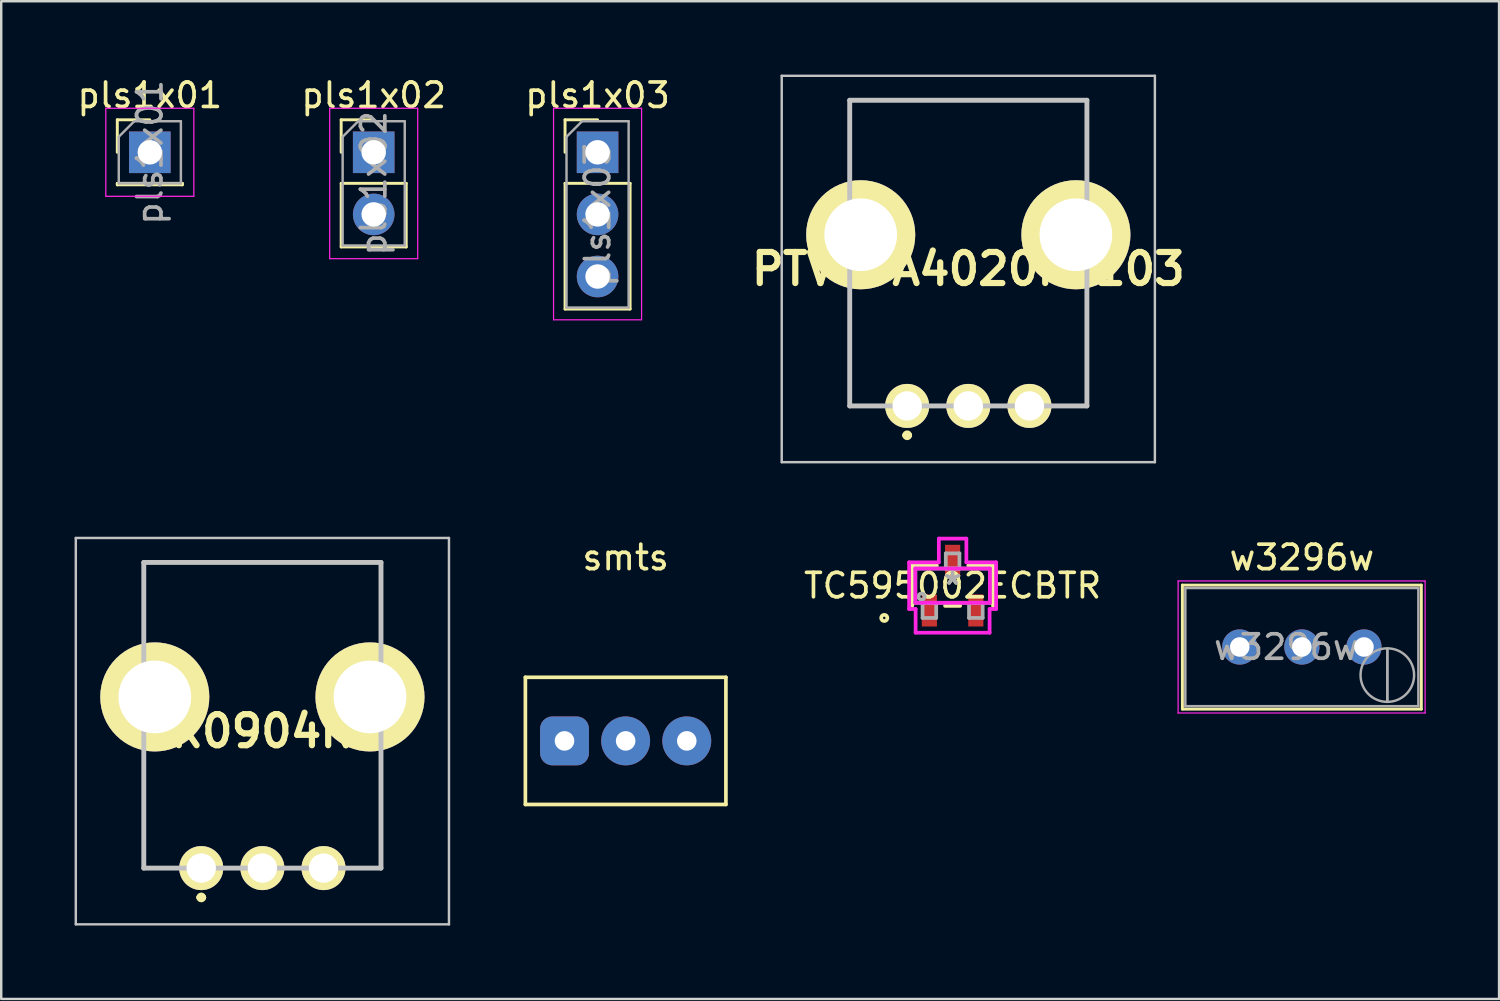
<source format=kicad_pcb>
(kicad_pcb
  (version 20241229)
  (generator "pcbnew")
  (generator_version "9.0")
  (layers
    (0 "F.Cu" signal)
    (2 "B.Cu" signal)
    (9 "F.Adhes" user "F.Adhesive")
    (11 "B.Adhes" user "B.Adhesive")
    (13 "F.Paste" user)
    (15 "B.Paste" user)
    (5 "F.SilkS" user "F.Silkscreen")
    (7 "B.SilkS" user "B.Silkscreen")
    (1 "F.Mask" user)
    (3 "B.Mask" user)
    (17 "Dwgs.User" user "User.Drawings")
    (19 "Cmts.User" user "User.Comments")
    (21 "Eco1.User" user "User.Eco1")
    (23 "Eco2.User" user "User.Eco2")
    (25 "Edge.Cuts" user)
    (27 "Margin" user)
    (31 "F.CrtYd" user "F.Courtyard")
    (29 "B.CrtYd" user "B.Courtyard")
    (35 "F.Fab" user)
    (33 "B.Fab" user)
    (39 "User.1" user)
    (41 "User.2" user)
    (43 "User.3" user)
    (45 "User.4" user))
  (footprint "w3296w"
    (layer "F.Cu")
    (at 52.728 23.408)
    (property "Reference" "w3296w" (at -2.54 -3.66 0) (layer "F.SilkS") (effects (font (size 1 1) (thickness 0.15))))
    (attr through_hole)
    (fp_line (start -7.425 -2.53) (end -7.425 2.54) (stroke (width 0.12) (type solid)) (layer "F.SilkS"))
    (fp_line (start -7.425 -2.53) (end 2.345 -2.53) (stroke (width 0.12) (type solid)) (layer "F.SilkS"))
    (fp_line (start -7.425 2.54) (end 2.345 2.54) (stroke (width 0.12) (type solid)) (layer "F.SilkS"))
    (fp_line (start 2.345 -2.53) (end 2.345 2.54) (stroke (width 0.12) (type solid)) (layer "F.SilkS"))
    (fp_line (start -7.6 -2.7) (end -7.6 2.7) (stroke (width 0.05) (type solid)) (layer "F.CrtYd"))
    (fp_line (start -7.6 2.7) (end 2.5 2.7) (stroke (width 0.05) (type solid)) (layer "F.CrtYd"))
    (fp_line (start 2.5 -2.7) (end -7.6 -2.7) (stroke (width 0.05) (type solid)) (layer "F.CrtYd"))
    (fp_line (start 2.5 2.7) (end 2.5 -2.7) (stroke (width 0.05) (type solid)) (layer "F.CrtYd"))
    (fp_line (start -7.305 -2.41) (end -7.305 2.42) (stroke (width 0.1) (type solid)) (layer "F.Fab"))
    (fp_line (start -7.305 2.42) (end 2.225 2.42) (stroke (width 0.1) (type solid)) (layer "F.Fab"))
    (fp_line (start 0.955 2.235) (end 0.956 0.066) (stroke (width 0.1) (type solid)) (layer "F.Fab"))
    (fp_line (start 0.955 2.235) (end 0.956 0.066) (stroke (width 0.1) (type solid)) (layer "F.Fab"))
    (fp_line (start 2.225 -2.41) (end -7.305 -2.41) (stroke (width 0.1) (type solid)) (layer "F.Fab"))
    (fp_line (start 2.225 2.42) (end 2.225 -2.41) (stroke (width 0.1) (type solid)) (layer "F.Fab"))
    (fp_circle (center 0.955 1.15) (end 2.05 1.15) (stroke (width 0.1) (type solid)) (fill no) (layer "F.Fab"))
    (fp_text user "${REFERENCE}" (at -3.175 0.005 0) (layer "F.Fab") (effects (font (size 1 1) (thickness 0.15))))
    (pad "1" thru_hole circle (at 0 0) (size 1.44 1.44) (drill 0.8) (layers "*.Cu" "*.Mask"))
    (pad "2" thru_hole circle (at -2.54 0) (size 1.44 1.44) (drill 0.8) (layers "*.Cu" "*.Mask"))
    (pad "3" thru_hole circle (at -5.08 0) (size 1.44 1.44) (drill 0.8) (layers "*.Cu" "*.Mask")))
  (footprint "PTV09A4020FB103"
    (layer "F.Cu")
    (at 36.548 7.95)
    (property "Reference" "PTV09A4020FB103" (at 0 0 0) (layer "F.SilkS") (effects (font (size 1.27 1.27) (thickness 0.254))))
    (attr through_hole)
    (fp_line (start -4.85 -6.9) (end 4.85 -6.9) (stroke (width 0.1) (type solid)) (layer "F.SilkS"))
    (fp_line (start -4.85 -3.9) (end -4.85 -6.9) (stroke (width 0.1) (type solid)) (layer "F.SilkS"))
    (fp_line (start -4.85 1.1) (end -4.85 5.6) (stroke (width 0.1) (type solid)) (layer "F.SilkS"))
    (fp_line (start -4.85 5.6) (end -4 5.6) (stroke (width 0.1) (type solid)) (layer "F.SilkS"))
    (fp_line (start -2.6 6.8) (end -2.6 6.8) (stroke (width 0.2) (type solid)) (layer "F.SilkS"))
    (fp_line (start -2.4 6.8) (end -2.4 6.8) (stroke (width 0.2) (type solid)) (layer "F.SilkS"))
    (fp_line (start 4 5.6) (end 4.85 5.6) (stroke (width 0.1) (type solid)) (layer "F.SilkS"))
    (fp_line (start 4.85 -6.9) (end 4.85 -3.9) (stroke (width 0.1) (type solid)) (layer "F.SilkS"))
    (fp_line (start 4.85 5.6) (end 4.85 1.1) (stroke (width 0.1) (type solid)) (layer "F.SilkS"))
    (fp_arc (start -2.6 6.8) (mid -2.5 6.7) (end -2.4 6.8) (stroke (width 0.2) (type solid)) (layer "F.SilkS"))
    (fp_arc (start -2.4 6.8) (mid -2.5 6.9) (end -2.6 6.8) (stroke (width 0.2) (type solid)) (layer "F.SilkS"))
    (fp_line (start -7.63 -7.9) (end 7.63 -7.9) (stroke (width 0.1) (type solid)) (layer "Dwgs.User"))
    (fp_line (start -7.63 7.9) (end -7.63 -7.9) (stroke (width 0.1) (type solid)) (layer "Dwgs.User"))
    (fp_line (start -4.85 -6.9) (end 4.85 -6.9) (stroke (width 0.2) (type solid)) (layer "Dwgs.User"))
    (fp_line (start -4.85 5.6) (end -4.85 -6.9) (stroke (width 0.2) (type solid)) (layer "Dwgs.User"))
    (fp_line (start 4.85 -6.9) (end 4.85 5.6) (stroke (width 0.2) (type solid)) (layer "Dwgs.User"))
    (fp_line (start 4.85 5.6) (end -4.85 5.6) (stroke (width 0.2) (type solid)) (layer "Dwgs.User"))
    (fp_line (start 7.63 -7.9) (end 7.63 7.9) (stroke (width 0.1) (type solid)) (layer "Dwgs.User"))
    (fp_line (start 7.63 7.9) (end -7.63 7.9) (stroke (width 0.1) (type solid)) (layer "Dwgs.User"))
    (pad "1" thru_hole circle (at -2.5 5.6 90) (size 1.8 1.8) (drill 1.2) (layers "*.Cu" "*.Mask" "F.SilkS"))
    (pad "2" thru_hole circle (at 0 5.6 90) (size 1.8 1.8) (drill 1.2) (layers "*.Cu" "*.Mask" "F.SilkS"))
    (pad "3" thru_hole circle (at 2.5 5.6 90) (size 1.8 1.8) (drill 1.2) (layers "*.Cu" "*.Mask" "F.SilkS"))
    (pad "4" thru_hole circle (at -4.4 -1.4 90) (size 4.46 4.46) (drill 2.973) (layers "*.Cu" "*.Mask" "F.SilkS"))
    (pad "5" thru_hole circle (at 4.4 -1.4 90) (size 4.46 4.46) (drill 2.973) (layers "*.Cu" "*.Mask" "F.SilkS")))
  (footprint "pls1x01"
    (layer "F.Cu")
    (at 3.077 3.178)
    (property "Reference" "pls1x01" (at 0 -2.33 0) (layer "F.SilkS") (effects (font (size 1 1) (thickness 0.15))))
    (attr through_hole)
    (fp_line (start -1.33 -1.33) (end 0 -1.33) (stroke (width 0.12) (type solid)) (layer "F.SilkS"))
    (fp_line (start -1.33 0) (end -1.33 -1.33) (stroke (width 0.12) (type solid)) (layer "F.SilkS"))
    (fp_line (start -1.33 1.27) (end -1.33 1.33) (stroke (width 0.12) (type solid)) (layer "F.SilkS"))
    (fp_line (start -1.33 1.27) (end 1.33 1.27) (stroke (width 0.12) (type solid)) (layer "F.SilkS"))
    (fp_line (start -1.33 1.33) (end 1.33 1.33) (stroke (width 0.12) (type solid)) (layer "F.SilkS"))
    (fp_line (start 1.33 1.27) (end 1.33 1.33) (stroke (width 0.12) (type solid)) (layer "F.SilkS"))
    (fp_line (start -1.8 -1.8) (end -1.8 1.8) (stroke (width 0.05) (type solid)) (layer "F.CrtYd"))
    (fp_line (start -1.8 1.8) (end 1.8 1.8) (stroke (width 0.05) (type solid)) (layer "F.CrtYd"))
    (fp_line (start 1.8 -1.8) (end -1.8 -1.8) (stroke (width 0.05) (type solid)) (layer "F.CrtYd"))
    (fp_line (start 1.8 1.8) (end 1.8 -1.8) (stroke (width 0.05) (type solid)) (layer "F.CrtYd"))
    (fp_line (start -1.27 -0.635) (end -0.635 -1.27) (stroke (width 0.1) (type solid)) (layer "F.Fab"))
    (fp_line (start -1.27 1.27) (end -1.27 -0.635) (stroke (width 0.1) (type solid)) (layer "F.Fab"))
    (fp_line (start -0.635 -1.27) (end 1.27 -1.27) (stroke (width 0.1) (type solid)) (layer "F.Fab"))
    (fp_line (start 1.27 -1.27) (end 1.27 1.27) (stroke (width 0.1) (type solid)) (layer "F.Fab"))
    (fp_line (start 1.27 1.27) (end -1.27 1.27) (stroke (width 0.1) (type solid)) (layer "F.Fab"))
    (fp_text user "${REFERENCE}" (at 0 0 90) (layer "F.Fab") (effects (font (size 1 1) (thickness 0.15))))
    (pad "1" thru_hole rect (at 0 0) (size 1.7 1.7) (drill 1) (layers "*.Cu" "*.Mask")))
  (footprint "pls1x03"
    (layer "F.Cu")
    (at 21.387 3.178)
    (property "Reference" "pls1x03" (at 0 -2.33 0) (layer "F.SilkS") (effects (font (size 1 1) (thickness 0.15))))
    (attr through_hole)
    (fp_line (start -1.33 -1.33) (end 0 -1.33) (stroke (width 0.12) (type solid)) (layer "F.SilkS"))
    (fp_line (start -1.33 0) (end -1.33 -1.33) (stroke (width 0.12) (type solid)) (layer "F.SilkS"))
    (fp_line (start -1.33 1.27) (end -1.33 6.41) (stroke (width 0.12) (type solid)) (layer "F.SilkS"))
    (fp_line (start -1.33 1.27) (end 1.33 1.27) (stroke (width 0.12) (type solid)) (layer "F.SilkS"))
    (fp_line (start -1.33 6.41) (end 1.33 6.41) (stroke (width 0.12) (type solid)) (layer "F.SilkS"))
    (fp_line (start 1.33 1.27) (end 1.33 6.41) (stroke (width 0.12) (type solid)) (layer "F.SilkS"))
    (fp_line (start -1.8 -1.8) (end -1.8 6.85) (stroke (width 0.05) (type solid)) (layer "F.CrtYd"))
    (fp_line (start -1.8 6.85) (end 1.8 6.85) (stroke (width 0.05) (type solid)) (layer "F.CrtYd"))
    (fp_line (start 1.8 -1.8) (end -1.8 -1.8) (stroke (width 0.05) (type solid)) (layer "F.CrtYd"))
    (fp_line (start 1.8 6.85) (end 1.8 -1.8) (stroke (width 0.05) (type solid)) (layer "F.CrtYd"))
    (fp_line (start -1.27 -0.635) (end -0.635 -1.27) (stroke (width 0.1) (type solid)) (layer "F.Fab"))
    (fp_line (start -1.27 6.35) (end -1.27 -0.635) (stroke (width 0.1) (type solid)) (layer "F.Fab"))
    (fp_line (start -0.635 -1.27) (end 1.27 -1.27) (stroke (width 0.1) (type solid)) (layer "F.Fab"))
    (fp_line (start 1.27 -1.27) (end 1.27 6.35) (stroke (width 0.1) (type solid)) (layer "F.Fab"))
    (fp_line (start 1.27 6.35) (end -1.27 6.35) (stroke (width 0.1) (type solid)) (layer "F.Fab"))
    (fp_text user "${REFERENCE}" (at 0 2.54 90) (layer "F.Fab") (effects (font (size 1 1) (thickness 0.15))))
    (pad "1" thru_hole rect (at 0 0) (size 1.7 1.7) (drill 1) (layers "*.Cu" "*.Mask"))
    (pad "2" thru_hole oval (at 0 2.54) (size 1.7 1.7) (drill 1) (layers "*.Cu" "*.Mask"))
    (pad "3" thru_hole oval (at 0 5.08) (size 1.7 1.7) (drill 1) (layers "*.Cu" "*.Mask")))
  (footprint "pls1x02"
    (layer "F.Cu")
    (at 12.232 3.178)
    (property "Reference" "pls1x02" (at 0 -2.33 0) (layer "F.SilkS") (effects (font (size 1 1) (thickness 0.15))))
    (attr through_hole)
    (fp_line (start -1.33 -1.33) (end 0 -1.33) (stroke (width 0.12) (type solid)) (layer "F.SilkS"))
    (fp_line (start -1.33 0) (end -1.33 -1.33) (stroke (width 0.12) (type solid)) (layer "F.SilkS"))
    (fp_line (start -1.33 1.27) (end -1.33 3.87) (stroke (width 0.12) (type solid)) (layer "F.SilkS"))
    (fp_line (start -1.33 1.27) (end 1.33 1.27) (stroke (width 0.12) (type solid)) (layer "F.SilkS"))
    (fp_line (start -1.33 3.87) (end 1.33 3.87) (stroke (width 0.12) (type solid)) (layer "F.SilkS"))
    (fp_line (start 1.33 1.27) (end 1.33 3.87) (stroke (width 0.12) (type solid)) (layer "F.SilkS"))
    (fp_line (start -1.8 -1.8) (end -1.8 4.35) (stroke (width 0.05) (type solid)) (layer "F.CrtYd"))
    (fp_line (start -1.8 4.35) (end 1.8 4.35) (stroke (width 0.05) (type solid)) (layer "F.CrtYd"))
    (fp_line (start 1.8 -1.8) (end -1.8 -1.8) (stroke (width 0.05) (type solid)) (layer "F.CrtYd"))
    (fp_line (start 1.8 4.35) (end 1.8 -1.8) (stroke (width 0.05) (type solid)) (layer "F.CrtYd"))
    (fp_line (start -1.27 -0.635) (end -0.635 -1.27) (stroke (width 0.1) (type solid)) (layer "F.Fab"))
    (fp_line (start -1.27 3.81) (end -1.27 -0.635) (stroke (width 0.1) (type solid)) (layer "F.Fab"))
    (fp_line (start -0.635 -1.27) (end 1.27 -1.27) (stroke (width 0.1) (type solid)) (layer "F.Fab"))
    (fp_line (start 1.27 -1.27) (end 1.27 3.81) (stroke (width 0.1) (type solid)) (layer "F.Fab"))
    (fp_line (start 1.27 3.81) (end -1.27 3.81) (stroke (width 0.1) (type solid)) (layer "F.Fab"))
    (fp_text user "${REFERENCE}" (at 0 1.27 90) (layer "F.Fab") (effects (font (size 1 1) (thickness 0.15))))
    (pad "1" thru_hole rect (at 0 0) (size 1.7 1.7) (drill 1) (layers "*.Cu" "*.Mask"))
    (pad "2" thru_hole oval (at 0 2.54) (size 1.7 1.7) (drill 1) (layers "*.Cu" "*.Mask")))
  (footprint "R0904N"
    (layer "F.Cu")
    (at 7.68 26.85)
    (property "Reference" "R0904N" (at 0 0 0) (layer "F.SilkS") (effects (font (size 1.27 1.27) (thickness 0.254))))
    (attr through_hole)
    (fp_line (start -4.85 -6.9) (end 4.85 -6.9) (stroke (width 0.1) (type solid)) (layer "F.SilkS"))
    (fp_line (start -4.85 -3.9) (end -4.85 -6.9) (stroke (width 0.1) (type solid)) (layer "F.SilkS"))
    (fp_line (start -4.85 1.1) (end -4.85 5.6) (stroke (width 0.1) (type solid)) (layer "F.SilkS"))
    (fp_line (start -4.85 5.6) (end -4 5.6) (stroke (width 0.1) (type solid)) (layer "F.SilkS"))
    (fp_line (start -2.6 6.8) (end -2.6 6.8) (stroke (width 0.2) (type solid)) (layer "F.SilkS"))
    (fp_line (start -2.4 6.8) (end -2.4 6.8) (stroke (width 0.2) (type solid)) (layer "F.SilkS"))
    (fp_line (start 4 5.6) (end 4.85 5.6) (stroke (width 0.1) (type solid)) (layer "F.SilkS"))
    (fp_line (start 4.85 -6.9) (end 4.85 -3.9) (stroke (width 0.1) (type solid)) (layer "F.SilkS"))
    (fp_line (start 4.85 5.6) (end 4.85 1.1) (stroke (width 0.1) (type solid)) (layer "F.SilkS"))
    (fp_arc (start -2.6 6.8) (mid -2.5 6.7) (end -2.4 6.8) (stroke (width 0.2) (type solid)) (layer "F.SilkS"))
    (fp_arc (start -2.4 6.8) (mid -2.5 6.9) (end -2.6 6.8) (stroke (width 0.2) (type solid)) (layer "F.SilkS"))
    (fp_line (start -7.63 -7.9) (end 7.63 -7.9) (stroke (width 0.1) (type solid)) (layer "Dwgs.User"))
    (fp_line (start -7.63 7.9) (end -7.63 -7.9) (stroke (width 0.1) (type solid)) (layer "Dwgs.User"))
    (fp_line (start -4.85 -6.9) (end 4.85 -6.9) (stroke (width 0.2) (type solid)) (layer "Dwgs.User"))
    (fp_line (start -4.85 5.6) (end -4.85 -6.9) (stroke (width 0.2) (type solid)) (layer "Dwgs.User"))
    (fp_line (start 4.85 -6.9) (end 4.85 5.6) (stroke (width 0.2) (type solid)) (layer "Dwgs.User"))
    (fp_line (start 4.85 5.6) (end -4.85 5.6) (stroke (width 0.2) (type solid)) (layer "Dwgs.User"))
    (fp_line (start 7.63 -7.9) (end 7.63 7.9) (stroke (width 0.1) (type solid)) (layer "Dwgs.User"))
    (fp_line (start 7.63 7.9) (end -7.63 7.9) (stroke (width 0.1) (type solid)) (layer "Dwgs.User"))
    (pad "1" thru_hole circle (at -2.5 5.6 90) (size 1.8 1.8) (drill 1.2) (layers "*.Cu" "*.Mask" "F.SilkS"))
    (pad "2" thru_hole circle (at 0 5.6 90) (size 1.8 1.8) (drill 1.2) (layers "*.Cu" "*.Mask" "F.SilkS"))
    (pad "3" thru_hole circle (at 2.5 5.6 90) (size 1.8 1.8) (drill 1.2) (layers "*.Cu" "*.Mask" "F.SilkS"))
    (pad "4" thru_hole circle (at -4.4 -1.4 90) (size 4.46 4.46) (drill 2.973) (layers "*.Cu" "*.Mask" "F.SilkS"))
    (pad "5" thru_hole circle (at 4.4 -1.4 90) (size 4.46 4.46) (drill 2.973) (layers "*.Cu" "*.Mask" "F.SilkS")))
  (footprint "TC595002ECBTR"
    (layer "F.Cu")
    (at 35.906 20.9)
    (property "Reference" "TC595002ECBTR" (at 0 0 0) (layer "F.SilkS") (effects (font (size 1 1) (thickness 0.15))))
    (attr through_hole)
    (fp_line (start -1.652 -0.827) (end -1.652 0.827) (stroke (width 0.152) (type solid)) (layer "F.SilkS"))
    (fp_line (start -0.642 -0.827) (end -1.652 -0.827) (stroke (width 0.152) (type solid)) (layer "F.SilkS"))
    (fp_line (start -0.308 0.827) (end 0.308 0.827) (stroke (width 0.152) (type solid)) (layer "F.SilkS"))
    (fp_line (start 1.652 -0.827) (end 0.642 -0.827) (stroke (width 0.152) (type solid)) (layer "F.SilkS"))
    (fp_line (start 1.652 0.827) (end 1.652 -0.827) (stroke (width 0.152) (type solid)) (layer "F.SilkS"))
    (fp_circle (center -2.795 1.32) (end -2.668 1.32) (stroke (width 0.152) (type solid)) (fill no) (layer "F.SilkS"))
    (fp_line (start -1.779 -0.954) (end -0.563 -0.954) (stroke (width 0.152) (type solid)) (layer "F.CrtYd"))
    (fp_line (start -1.779 0.954) (end -1.779 -0.954) (stroke (width 0.152) (type solid)) (layer "F.CrtYd"))
    (fp_line (start -1.525 -0.7) (end 1.525 -0.7) (stroke (width 0.152) (type solid)) (layer "F.CrtYd"))
    (fp_line (start -1.525 0.7) (end -1.525 -0.7) (stroke (width 0.152) (type solid)) (layer "F.CrtYd"))
    (fp_line (start -1.513 0.954) (end -1.779 0.954) (stroke (width 0.152) (type solid)) (layer "F.CrtYd"))
    (fp_line (start -1.513 1.924) (end -1.513 0.954) (stroke (width 0.152) (type solid)) (layer "F.CrtYd"))
    (fp_line (start -0.563 -1.924) (end 0.563 -1.924) (stroke (width 0.152) (type solid)) (layer "F.CrtYd"))
    (fp_line (start -0.563 -0.954) (end -0.563 -1.924) (stroke (width 0.152) (type solid)) (layer "F.CrtYd"))
    (fp_line (start 0.563 -1.924) (end 0.563 -0.954) (stroke (width 0.152) (type solid)) (layer "F.CrtYd"))
    (fp_line (start 0.563 -0.954) (end 1.779 -0.954) (stroke (width 0.152) (type solid)) (layer "F.CrtYd"))
    (fp_line (start 1.513 0.954) (end 1.513 1.924) (stroke (width 0.152) (type solid)) (layer "F.CrtYd"))
    (fp_line (start 1.513 1.924) (end -1.513 1.924) (stroke (width 0.152) (type solid)) (layer "F.CrtYd"))
    (fp_line (start 1.525 -0.7) (end 1.525 0.7) (stroke (width 0.152) (type solid)) (layer "F.CrtYd"))
    (fp_line (start 1.525 0.7) (end -1.525 0.7) (stroke (width 0.152) (type solid)) (layer "F.CrtYd"))
    (fp_line (start 1.779 -0.954) (end 1.779 0.954) (stroke (width 0.152) (type solid)) (layer "F.CrtYd"))
    (fp_line (start 1.779 0.954) (end 1.513 0.954) (stroke (width 0.152) (type solid)) (layer "F.CrtYd"))
    (fp_line (start -1.525 -0.7) (end -1.525 0.7) (stroke (width 0.152) (type solid)) (layer "F.Fab"))
    (fp_line (start -1.525 0.7) (end 1.525 0.7) (stroke (width 0.152) (type solid)) (layer "F.Fab"))
    (fp_line (start -1.229 0.7) (end -1.229 1.32) (stroke (width 0.152) (type solid)) (layer "F.Fab"))
    (fp_line (start -1.229 1.32) (end -0.671 1.32) (stroke (width 0.152) (type solid)) (layer "F.Fab"))
    (fp_line (start -0.671 0.7) (end -1.229 0.7) (stroke (width 0.152) (type solid)) (layer "F.Fab"))
    (fp_line (start -0.671 1.32) (end -0.671 0.7) (stroke (width 0.152) (type solid)) (layer "F.Fab"))
    (fp_line (start -0.279 -1.32) (end -0.279 -0.7) (stroke (width 0.152) (type solid)) (layer "F.Fab"))
    (fp_line (start -0.279 -0.7) (end 0.279 -0.7) (stroke (width 0.152) (type solid)) (layer "F.Fab"))
    (fp_line (start 0.279 -1.32) (end -0.279 -1.32) (stroke (width 0.152) (type solid)) (layer "F.Fab"))
    (fp_line (start 0.279 -0.7) (end 0.279 -1.32) (stroke (width 0.152) (type solid)) (layer "F.Fab"))
    (fp_line (start 0.671 0.7) (end 0.671 1.32) (stroke (width 0.152) (type solid)) (layer "F.Fab"))
    (fp_line (start 0.671 1.32) (end 1.229 1.32) (stroke (width 0.152) (type solid)) (layer "F.Fab"))
    (fp_line (start 1.229 0.7) (end 0.671 0.7) (stroke (width 0.152) (type solid)) (layer "F.Fab"))
    (fp_line (start 1.229 1.32) (end 1.229 0.7) (stroke (width 0.152) (type solid)) (layer "F.Fab"))
    (fp_line (start 1.525 -0.7) (end -1.525 -0.7) (stroke (width 0.152) (type solid)) (layer "F.Fab"))
    (fp_line (start 1.525 0.7) (end 1.525 -0.7) (stroke (width 0.152) (type solid)) (layer "F.Fab"))
    (fp_circle (center -1.271 0.446) (end -1.144 0.446) (stroke (width 0.152) (type solid)) (fill no) (layer "F.Fab"))
    (fp_text user "*" (at 0 0 0) (layer "F.SilkS") (effects (font (size 1 1) (thickness 0.15))))
    (fp_text user "Copyright 2016 Accelerated Designs. All rights reserved." (at 0 0 0) (layer "Cmts.User") (effects (font (size 0.127 0.127) (thickness 0.002))))
    (fp_text user "*" (at 0 0 0) (layer "F.Fab") (effects (font (size 1 1) (thickness 0.15))))
    (pad "1" smd rect (at -0.95 1.015) (size 0.619 1.31) (layers "F.Cu" "F.Mask" "F.Paste"))
    (pad "2" smd rect (at 0.95 1.015) (size 0.619 1.31) (layers "F.Cu" "F.Mask" "F.Paste"))
    (pad "3" smd rect (at 0 -1.015) (size 0.619 1.31) (layers "F.Cu" "F.Mask" "F.Paste")))
  (footprint "smts"
    (layer "F.Cu")
    (at 22.535 27.248)
    (property "Reference" "smts" (at 0 -7.5 0) (layer "F.SilkS") (effects (font (size 1 1) (thickness 0.15))))
    (attr through_hole)
    (fp_line (start -4.1 -2.6) (end -4.1 2.6) (stroke (width 0.15) (type solid)) (layer "F.SilkS"))
    (fp_line (start -4.1 -2.6) (end 4.1 -2.6) (stroke (width 0.15) (type solid)) (layer "F.SilkS"))
    (fp_line (start 4.1 -2.6) (end 4.1 2.6) (stroke (width 0.15) (type solid)) (layer "F.SilkS"))
    (fp_line (start 4.1 2.6) (end -4.1 2.6) (stroke (width 0.15) (type solid)) (layer "F.SilkS"))
    (pad "1" thru_hole roundrect (at -2.5 0) (size 2 2) (drill oval 0.8) (layers "*.Cu" "*.Mask") (roundrect_rratio 0.25))
    (pad "2" thru_hole circle (at 0 0) (size 2 2) (drill 0.8) (layers "*.Cu" "*.Mask"))
    (pad "3" thru_hole circle (at 2.5 0) (size 2 2) (drill 0.8) (layers "*.Cu" "*.Mask")))
  (gr_rect
    (start -3 -3)
    (end 58.253 37.8)
    (stroke (width 0.1) (type default))
    (fill no)
    (layer "Edge.Cuts")))
</source>
